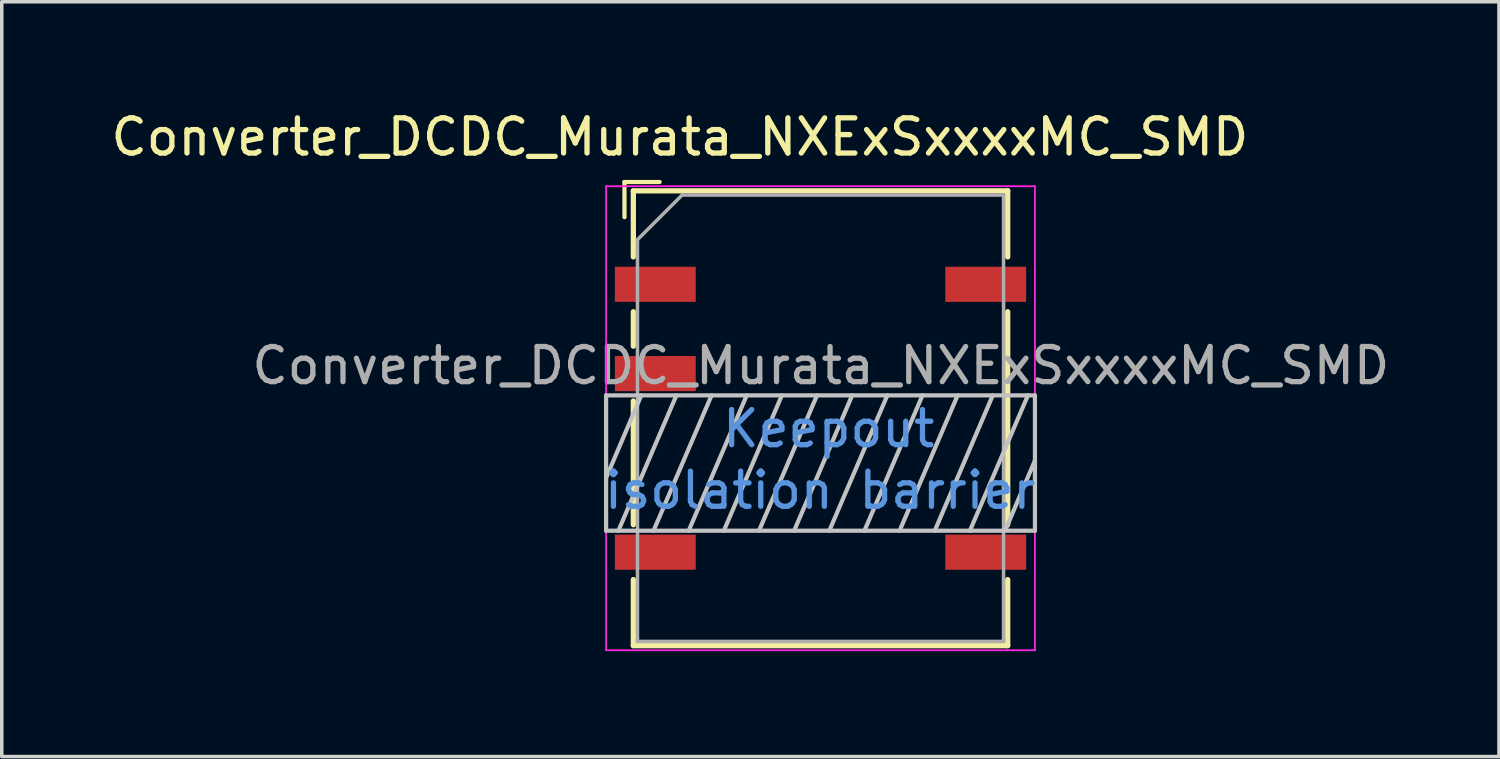
<source format=kicad_pcb>
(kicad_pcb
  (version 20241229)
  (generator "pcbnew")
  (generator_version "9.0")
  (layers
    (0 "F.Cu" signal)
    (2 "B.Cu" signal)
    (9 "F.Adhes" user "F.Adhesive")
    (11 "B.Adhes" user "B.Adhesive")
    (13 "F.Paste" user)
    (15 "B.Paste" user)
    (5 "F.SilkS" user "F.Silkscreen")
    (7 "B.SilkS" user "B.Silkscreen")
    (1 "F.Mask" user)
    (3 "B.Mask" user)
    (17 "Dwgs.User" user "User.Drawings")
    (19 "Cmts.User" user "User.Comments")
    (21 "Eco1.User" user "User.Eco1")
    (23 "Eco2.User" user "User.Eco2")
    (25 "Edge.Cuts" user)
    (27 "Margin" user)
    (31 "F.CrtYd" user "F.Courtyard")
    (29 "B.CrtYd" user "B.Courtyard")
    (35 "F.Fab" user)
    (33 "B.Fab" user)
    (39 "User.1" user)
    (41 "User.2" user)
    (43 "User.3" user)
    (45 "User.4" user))
  (footprint "Converter_DCDC_Murata_NXExSxxxxMC_SMD"
    (layer "F.Cu")
    (at 20.292 10.118)
    (property "Reference" "Converter_DCDC_Murata_NXExSxxxxMC_SMD" (at -4 -9.27 0) (layer "F.SilkS") (effects (font (size 1 1) (thickness 0.15))))
    (attr smd)
    (fp_line (start -5.577 -7.99) (end -5.577 -6.99) (stroke (width 0.12) (type solid)) (layer "F.SilkS"))
    (fp_line (start -5.325 -7.74) (end 5.325 -7.74) (stroke (width 0.15) (type solid)) (layer "F.SilkS"))
    (fp_line (start -5.325 -5.86) (end -5.325 -7.74) (stroke (width 0.15) (type solid)) (layer "F.SilkS"))
    (fp_line (start -5.325 -3.32) (end -5.325 -4.3) (stroke (width 0.15) (type solid)) (layer "F.SilkS"))
    (fp_line (start -5.325 1.76) (end -5.325 -1.76) (stroke (width 0.15) (type solid)) (layer "F.SilkS"))
    (fp_line (start -5.325 5.2) (end -5.325 3.32) (stroke (width 0.15) (type solid)) (layer "F.SilkS"))
    (fp_line (start -4.577 -7.99) (end -5.577 -7.99) (stroke (width 0.12) (type solid)) (layer "F.SilkS"))
    (fp_line (start 5.325 -7.74) (end 5.325 -5.86) (stroke (width 0.15) (type solid)) (layer "F.SilkS"))
    (fp_line (start 5.325 -4.3) (end 5.325 1.76) (stroke (width 0.15) (type solid)) (layer "F.SilkS"))
    (fp_line (start 5.325 3.32) (end 5.325 5.2) (stroke (width 0.15) (type solid)) (layer "F.SilkS"))
    (fp_line (start 5.325 5.2) (end -5.325 5.2) (stroke (width 0.15) (type solid)) (layer "F.SilkS"))
    (fp_line (start -6.1 -1.92) (end 6.1 -1.92) (stroke (width 0.12) (type solid)) (layer "Dwgs.User"))
    (fp_line (start -6.1 0.427) (end -5.1 -1.92) (stroke (width 0.12) (type solid)) (layer "Dwgs.User"))
    (fp_line (start -6.1 1.93) (end -6.1 -1.92) (stroke (width 0.12) (type solid)) (layer "Dwgs.User"))
    (fp_line (start -5.75 1.93) (end -4.1 -1.92) (stroke (width 0.12) (type solid)) (layer "Dwgs.User"))
    (fp_line (start -4.75 1.93) (end -3.1 -1.92) (stroke (width 0.12) (type solid)) (layer "Dwgs.User"))
    (fp_line (start -3.75 1.93) (end -2.1 -1.92) (stroke (width 0.12) (type solid)) (layer "Dwgs.User"))
    (fp_line (start -2.75 1.93) (end -1.1 -1.92) (stroke (width 0.12) (type solid)) (layer "Dwgs.User"))
    (fp_line (start -1.75 1.93) (end -0.1 -1.92) (stroke (width 0.12) (type solid)) (layer "Dwgs.User"))
    (fp_line (start -0.75 1.93) (end 0.9 -1.92) (stroke (width 0.12) (type solid)) (layer "Dwgs.User"))
    (fp_line (start 0.25 1.93) (end 1.9 -1.92) (stroke (width 0.12) (type solid)) (layer "Dwgs.User"))
    (fp_line (start 1.25 1.93) (end 2.9 -1.92) (stroke (width 0.12) (type solid)) (layer "Dwgs.User"))
    (fp_line (start 2.25 1.93) (end 3.9 -1.92) (stroke (width 0.12) (type solid)) (layer "Dwgs.User"))
    (fp_line (start 3.25 1.93) (end 4.9 -1.92) (stroke (width 0.12) (type solid)) (layer "Dwgs.User"))
    (fp_line (start 4.25 1.93) (end 5.9 -1.92) (stroke (width 0.12) (type solid)) (layer "Dwgs.User"))
    (fp_line (start 5.25 1.93) (end 6.1 -0.067) (stroke (width 0.12) (type solid)) (layer "Dwgs.User"))
    (fp_line (start 6.1 -1.92) (end 6.1 1.93) (stroke (width 0.12) (type solid)) (layer "Dwgs.User"))
    (fp_line (start 6.1 1.93) (end -6.1 1.93) (stroke (width 0.12) (type solid)) (layer "Dwgs.User"))
    (fp_line (start -6.1 5.33) (end -6.1 -7.87) (stroke (width 0.05) (type solid)) (layer "F.CrtYd"))
    (fp_line (start 6.1 -7.87) (end -6.1 -7.87) (stroke (width 0.05) (type solid)) (layer "F.CrtYd"))
    (fp_line (start 6.1 -7.87) (end 6.1 5.33) (stroke (width 0.05) (type solid)) (layer "F.CrtYd"))
    (fp_line (start 6.1 5.33) (end -6.1 5.33) (stroke (width 0.05) (type solid)) (layer "F.CrtYd"))
    (fp_line (start -5.207 5.08) (end -5.207 -6.35) (stroke (width 0.1) (type solid)) (layer "F.Fab"))
    (fp_line (start -3.937 -7.62) (end -5.207 -6.35) (stroke (width 0.1) (type solid)) (layer "F.Fab"))
    (fp_line (start -3.937 -7.62) (end 5.207 -7.62) (stroke (width 0.1) (type solid)) (layer "F.Fab"))
    (fp_line (start 5.207 -7.62) (end 5.207 5.08) (stroke (width 0.1) (type solid)) (layer "F.Fab"))
    (fp_line (start 5.207 5.08) (end -5.207 5.08) (stroke (width 0.1) (type solid)) (layer "F.Fab"))
    (fp_text user "Keepout" (at 0.234 -0.973 0) (layer "Cmts.User") (effects (font (size 1 1) (thickness 0.15))))
    (fp_text user "isolation barrier" (at -0.01 0.78 0) (layer "Cmts.User") (effects (font (size 1 1) (thickness 0.15))))
    (fp_text user "${REFERENCE}" (at 0.01 -2.766 0) (layer "F.Fab") (effects (font (size 1 1) (thickness 0.15))))
    (pad "1" smd rect (at -4.7 -5.08) (size 2.3 1) (layers "F.Cu" "F.Mask" "F.Paste"))
    (pad "3" smd rect (at -4.7 -2.54) (size 2.3 1) (layers "F.Cu" "F.Mask" "F.Paste"))
    (pad "7" smd rect (at -4.7 2.54) (size 2.3 1) (layers "F.Cu" "F.Mask" "F.Paste"))
    (pad "8" smd rect (at 4.7 2.54) (size 2.3 1) (layers "F.Cu" "F.Mask" "F.Paste"))
    (pad "14" smd rect (at 4.7 -5.08) (size 2.3 1) (layers "F.Cu" "F.Mask" "F.Paste")))
  (gr_rect
    (start -3 -3)
    (end 39.593 18.473)
    (stroke (width 0.1) (type default))
    (fill no)
    (layer "Edge.Cuts")))
</source>
